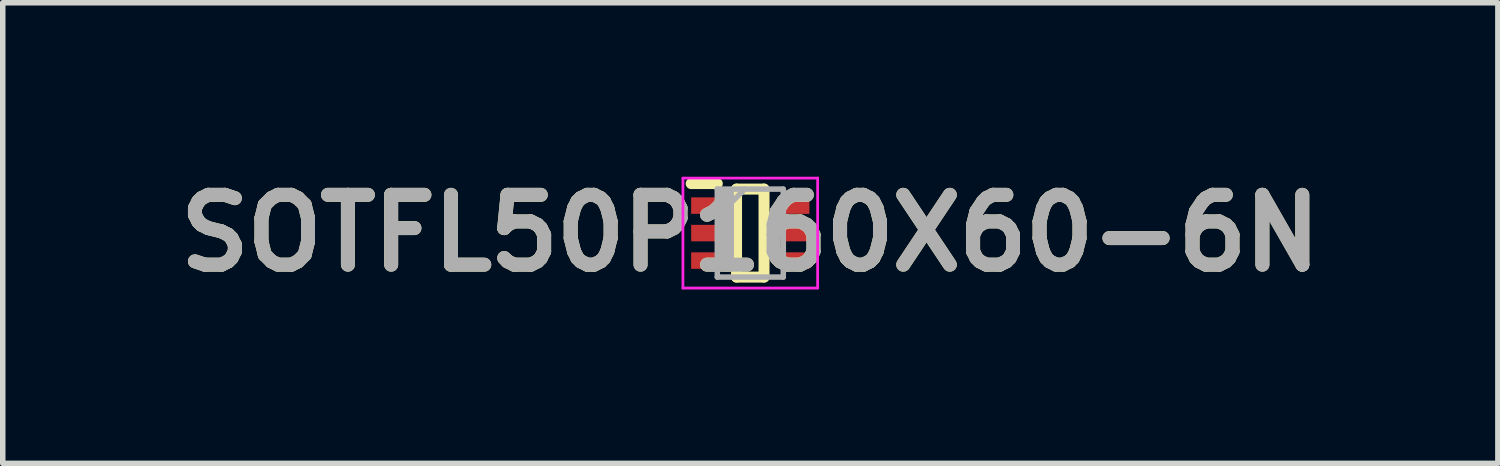
<source format=kicad_pcb>
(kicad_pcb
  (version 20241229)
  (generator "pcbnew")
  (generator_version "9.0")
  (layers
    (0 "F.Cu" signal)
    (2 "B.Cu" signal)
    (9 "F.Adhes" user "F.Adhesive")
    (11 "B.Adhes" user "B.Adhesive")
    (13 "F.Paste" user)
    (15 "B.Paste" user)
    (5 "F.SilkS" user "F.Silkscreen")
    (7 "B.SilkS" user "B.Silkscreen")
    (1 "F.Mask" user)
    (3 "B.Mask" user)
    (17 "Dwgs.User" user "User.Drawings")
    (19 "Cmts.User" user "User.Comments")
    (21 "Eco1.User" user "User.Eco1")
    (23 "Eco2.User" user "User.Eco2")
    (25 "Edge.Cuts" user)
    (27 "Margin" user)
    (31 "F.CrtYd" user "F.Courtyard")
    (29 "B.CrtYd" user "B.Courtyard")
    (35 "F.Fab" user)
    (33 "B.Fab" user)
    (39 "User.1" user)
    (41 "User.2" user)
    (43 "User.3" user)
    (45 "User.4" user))
  (footprint "SOTFL50P160X60-6N"
    (layer "F.Cu")
    (at 10.595 1.189)
    (property "Reference" "SOTFL50P160X60-6N" (at 0 0 0) (layer "F.SilkS") (effects (font (size 1.27 1.27) (thickness 0.254))))
    (attr smd)
    (fp_line (start -1.075 -0.9) (end -0.6 -0.9) (stroke (width 0.2) (type solid)) (layer "F.SilkS"))
    (fp_line (start -0.25 -0.8) (end 0.25 -0.8) (stroke (width 0.2) (type solid)) (layer "F.SilkS"))
    (fp_line (start -0.25 0.8) (end -0.25 -0.8) (stroke (width 0.2) (type solid)) (layer "F.SilkS"))
    (fp_line (start 0.25 -0.8) (end 0.25 0.8) (stroke (width 0.2) (type solid)) (layer "F.SilkS"))
    (fp_line (start 0.25 0.8) (end -0.25 0.8) (stroke (width 0.2) (type solid)) (layer "F.SilkS"))
    (fp_line (start -1.225 -1) (end 1.225 -1) (stroke (width 0.05) (type solid)) (layer "F.CrtYd"))
    (fp_line (start -1.225 1) (end -1.225 -1) (stroke (width 0.05) (type solid)) (layer "F.CrtYd"))
    (fp_line (start 1.225 -1) (end 1.225 1) (stroke (width 0.05) (type solid)) (layer "F.CrtYd"))
    (fp_line (start 1.225 1) (end -1.225 1) (stroke (width 0.05) (type solid)) (layer "F.CrtYd"))
    (fp_line (start -0.6 -0.8) (end 0.6 -0.8) (stroke (width 0.1) (type solid)) (layer "F.Fab"))
    (fp_line (start -0.6 -0.3) (end -0.1 -0.8) (stroke (width 0.1) (type solid)) (layer "F.Fab"))
    (fp_line (start -0.6 0.8) (end -0.6 -0.8) (stroke (width 0.1) (type solid)) (layer "F.Fab"))
    (fp_line (start 0.6 -0.8) (end 0.6 0.8) (stroke (width 0.1) (type solid)) (layer "F.Fab"))
    (fp_line (start 0.6 0.8) (end -0.6 0.8) (stroke (width 0.1) (type solid)) (layer "F.Fab"))
    (fp_text user "${REFERENCE}" (at 0 0 0) (layer "F.Fab") (effects (font (size 1.27 1.27) (thickness 0.254))))
    (pad "1" smd rect (at -0.838 -0.5 90) (size 0.3 0.475) (layers "F.Cu" "F.Mask" "F.Paste"))
    (pad "2" smd rect (at -0.838 0 90) (size 0.3 0.475) (layers "F.Cu" "F.Mask" "F.Paste"))
    (pad "3" smd rect (at -0.838 0.5 90) (size 0.3 0.475) (layers "F.Cu" "F.Mask" "F.Paste"))
    (pad "4" smd rect (at 0.838 0.5 90) (size 0.3 0.475) (layers "F.Cu" "F.Mask" "F.Paste"))
    (pad "5" smd rect (at 0.838 0 90) (size 0.3 0.475) (layers "F.Cu" "F.Mask" "F.Paste"))
    (pad "6" smd rect (at 0.838 -0.5 90) (size 0.3 0.475) (layers "F.Cu" "F.Mask" "F.Paste")))
  (gr_rect
    (start -3 -3)
    (end 24.191 5.377)
    (stroke (width 0.1) (type default))
    (fill no)
    (layer "Edge.Cuts")))
</source>
